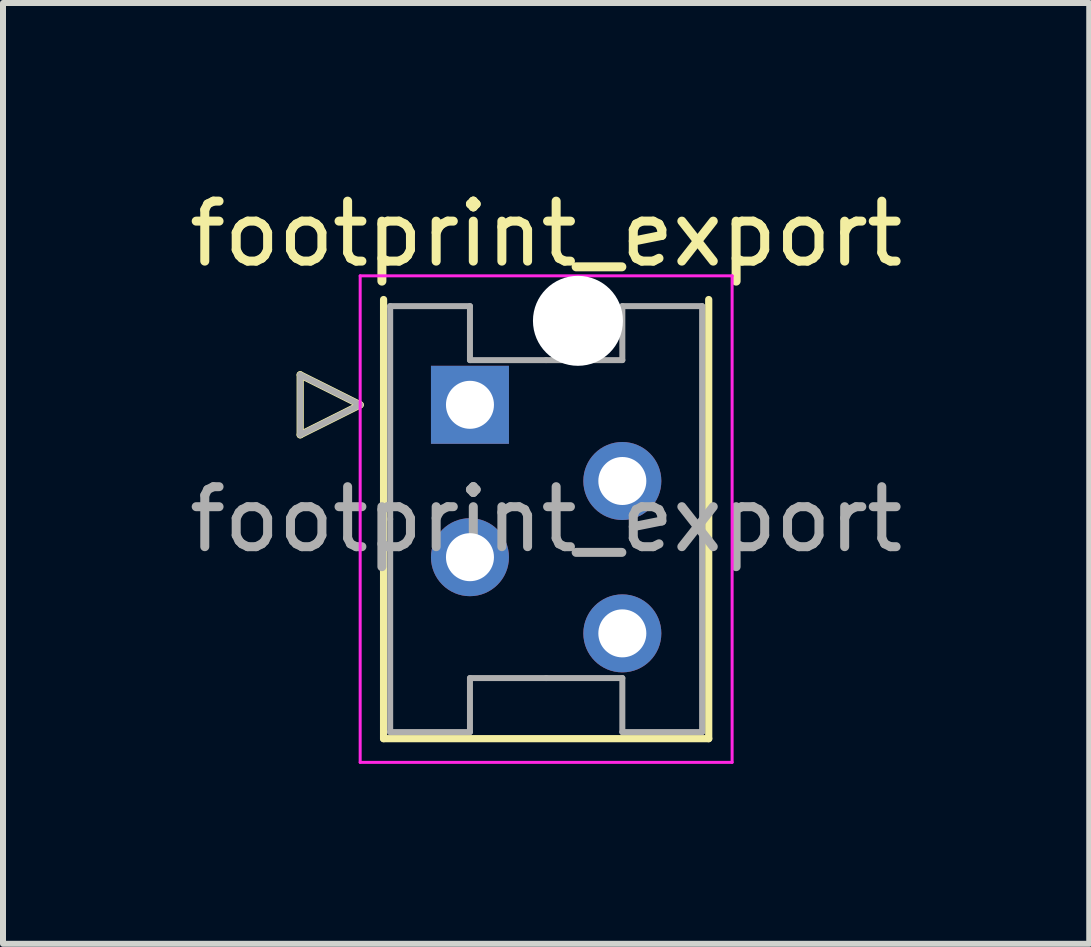
<source format=kicad_pcb>
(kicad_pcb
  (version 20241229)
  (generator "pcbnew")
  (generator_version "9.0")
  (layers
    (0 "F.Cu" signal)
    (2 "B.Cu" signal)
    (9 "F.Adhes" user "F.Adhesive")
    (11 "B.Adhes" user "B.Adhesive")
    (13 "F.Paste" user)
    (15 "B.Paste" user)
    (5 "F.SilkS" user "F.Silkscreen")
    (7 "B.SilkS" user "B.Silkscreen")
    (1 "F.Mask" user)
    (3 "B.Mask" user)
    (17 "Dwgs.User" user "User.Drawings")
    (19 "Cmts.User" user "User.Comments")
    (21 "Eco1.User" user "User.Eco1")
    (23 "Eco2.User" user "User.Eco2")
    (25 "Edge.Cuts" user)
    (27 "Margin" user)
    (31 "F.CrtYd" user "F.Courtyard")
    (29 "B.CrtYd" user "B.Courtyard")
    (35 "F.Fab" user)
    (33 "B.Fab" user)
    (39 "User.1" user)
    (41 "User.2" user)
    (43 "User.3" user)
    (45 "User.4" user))
  (footprint "footprint_export"
    (layer "F.Cu")
    (at 4.784 3.698)
    (property "Reference" "footprint_export" (at 1.27 -2.85 0) (layer "F.SilkS") (effects (font (size 1 1) (thickness 0.15))))
    (attr through_hole)
    (fp_line (start -2.83 -0.5) (end -1.83 0) (stroke (width 0.12) (type solid)) (layer "F.SilkS"))
    (fp_line (start -2.83 0.5) (end -2.83 -0.5) (stroke (width 0.12) (type solid)) (layer "F.SilkS"))
    (fp_line (start -1.83 0) (end -2.83 0.5) (stroke (width 0.12) (type solid)) (layer "F.SilkS"))
    (fp_line (start -1.44 -1.755) (end -1.44 5.565) (stroke (width 0.12) (type solid)) (layer "F.SilkS"))
    (fp_line (start -1.44 5.565) (end 3.98 5.565) (stroke (width 0.12) (type solid)) (layer "F.SilkS"))
    (fp_line (start 3.98 5.565) (end 3.98 -1.755) (stroke (width 0.12) (type solid)) (layer "F.SilkS"))
    (fp_line (start -1.83 -2.15) (end -1.83 5.96) (stroke (width 0.05) (type solid)) (layer "F.CrtYd"))
    (fp_line (start -1.83 5.96) (end 4.37 5.96) (stroke (width 0.05) (type solid)) (layer "F.CrtYd"))
    (fp_line (start 4.37 -2.15) (end -1.83 -2.15) (stroke (width 0.05) (type solid)) (layer "F.CrtYd"))
    (fp_line (start 4.37 5.96) (end 4.37 -2.15) (stroke (width 0.05) (type solid)) (layer "F.CrtYd"))
    (fp_line (start -2.83 -0.5) (end -1.83 0) (stroke (width 0.1) (type solid)) (layer "F.Fab"))
    (fp_line (start -2.83 0.5) (end -2.83 -0.5) (stroke (width 0.1) (type solid)) (layer "F.Fab"))
    (fp_line (start -1.83 0) (end -2.83 0.5) (stroke (width 0.1) (type solid)) (layer "F.Fab"))
    (fp_line (start -1.33 -1.645) (end -1.33 1.905) (stroke (width 0.1) (type solid)) (layer "F.Fab"))
    (fp_line (start -1.33 5.455) (end -1.33 1.905) (stroke (width 0.1) (type solid)) (layer "F.Fab"))
    (fp_line (start 0 -1.645) (end -1.33 -1.645) (stroke (width 0.1) (type solid)) (layer "F.Fab"))
    (fp_line (start 0 -0.745) (end 0 -1.645) (stroke (width 0.1) (type solid)) (layer "F.Fab"))
    (fp_line (start 0 4.555) (end 0 5.455) (stroke (width 0.1) (type solid)) (layer "F.Fab"))
    (fp_line (start 0 5.455) (end -1.33 5.455) (stroke (width 0.1) (type solid)) (layer "F.Fab"))
    (fp_line (start 1.27 -0.745) (end 0 -0.745) (stroke (width 0.1) (type solid)) (layer "F.Fab"))
    (fp_line (start 1.27 -0.745) (end 2.54 -0.745) (stroke (width 0.1) (type solid)) (layer "F.Fab"))
    (fp_line (start 1.27 4.555) (end 0 4.555) (stroke (width 0.1) (type solid)) (layer "F.Fab"))
    (fp_line (start 1.27 4.555) (end 2.54 4.555) (stroke (width 0.1) (type solid)) (layer "F.Fab"))
    (fp_line (start 2.54 -1.645) (end 3.87 -1.645) (stroke (width 0.1) (type solid)) (layer "F.Fab"))
    (fp_line (start 2.54 -0.745) (end 2.54 -1.645) (stroke (width 0.1) (type solid)) (layer "F.Fab"))
    (fp_line (start 2.54 4.555) (end 2.54 5.455) (stroke (width 0.1) (type solid)) (layer "F.Fab"))
    (fp_line (start 2.54 5.455) (end 3.87 5.455) (stroke (width 0.1) (type solid)) (layer "F.Fab"))
    (fp_line (start 3.87 -1.645) (end 3.87 1.905) (stroke (width 0.1) (type solid)) (layer "F.Fab"))
    (fp_line (start 3.87 5.455) (end 3.87 1.905) (stroke (width 0.1) (type solid)) (layer "F.Fab"))
    (fp_text user "${REFERENCE}" (at 1.27 1.91 0) (layer "F.Fab") (effects (font (size 1 1) (thickness 0.15))))
    (pad "" np_thru_hole circle (at 1.8 -1.4) (size 1.5 1.5) (drill 1.5) (layers "*.Cu" "*.Mask"))
    (pad "1" thru_hole rect (at 0 0) (size 1.3 1.3) (drill 0.8) (layers "*.Cu" "*.Mask"))
    (pad "2" thru_hole circle (at 2.54 1.27) (size 1.3 1.3) (drill 0.8) (layers "*.Cu" "*.Mask"))
    (pad "3" thru_hole circle (at 0 2.54) (size 1.3 1.3) (drill 0.8) (layers "*.Cu" "*.Mask"))
    (pad "4" thru_hole circle (at 2.54 3.81) (size 1.3 1.3) (drill 0.8) (layers "*.Cu" "*.Mask")))
  (gr_rect
    (start -3 -3)
    (end 15.107 12.683)
    (stroke (width 0.1) (type default))
    (fill no)
    (layer "Edge.Cuts")))
</source>
